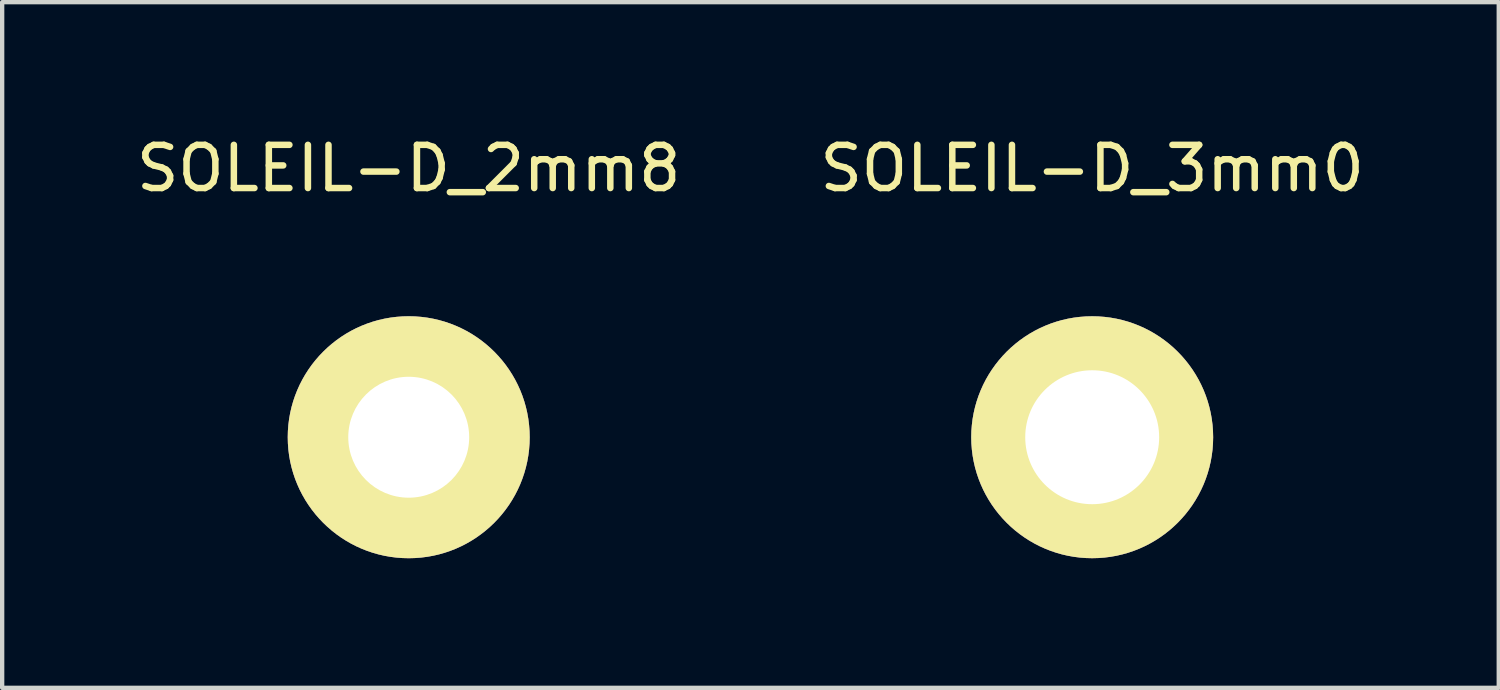
<source format=kicad_pcb>
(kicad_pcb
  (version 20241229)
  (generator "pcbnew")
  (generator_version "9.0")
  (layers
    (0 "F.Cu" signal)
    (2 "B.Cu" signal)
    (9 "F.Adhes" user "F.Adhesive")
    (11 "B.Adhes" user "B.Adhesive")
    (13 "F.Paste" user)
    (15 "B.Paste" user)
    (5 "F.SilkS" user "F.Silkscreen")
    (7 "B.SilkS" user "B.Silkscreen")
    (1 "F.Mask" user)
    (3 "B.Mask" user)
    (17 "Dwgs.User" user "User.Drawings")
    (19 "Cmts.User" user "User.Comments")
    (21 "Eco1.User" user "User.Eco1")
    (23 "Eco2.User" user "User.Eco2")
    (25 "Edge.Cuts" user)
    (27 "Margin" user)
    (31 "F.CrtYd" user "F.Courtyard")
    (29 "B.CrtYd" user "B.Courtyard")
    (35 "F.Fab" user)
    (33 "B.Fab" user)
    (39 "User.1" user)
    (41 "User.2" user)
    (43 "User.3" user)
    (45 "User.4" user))
  (footprint "SOLEIL-D_3mm0"
    (layer "F.Cu")
    (at 22.232 7.071)
    (property "Reference" "SOLEIL-D_3mm0" (at 0 -6.223 0) (layer "F.SilkS") (effects (font (size 1 1) (thickness 0.15))))
    (attr through_hole)
    (pad "1" thru_hole circle (at 0 0) (size 5.6 5.6) (drill 3.1) (layers "*.Cu" "*.Mask" "F.SilkS")))
  (footprint "SOLEIL-D_2mm8"
    (layer "F.Cu")
    (at 6.411 7.071)
    (property "Reference" "SOLEIL-D_2mm8" (at 0 -6.223 0) (layer "F.SilkS") (effects (font (size 1 1) (thickness 0.15))))
    (attr through_hole)
    (pad "1" thru_hole circle (at 0 0) (size 5.601 5.601) (drill 2.799) (layers "*.Cu" "*.Mask" "F.SilkS")))
  (gr_rect
    (start -3 -3)
    (end 31.643 12.872)
    (stroke (width 0.1) (type default))
    (fill no)
    (layer "Edge.Cuts")))
</source>
